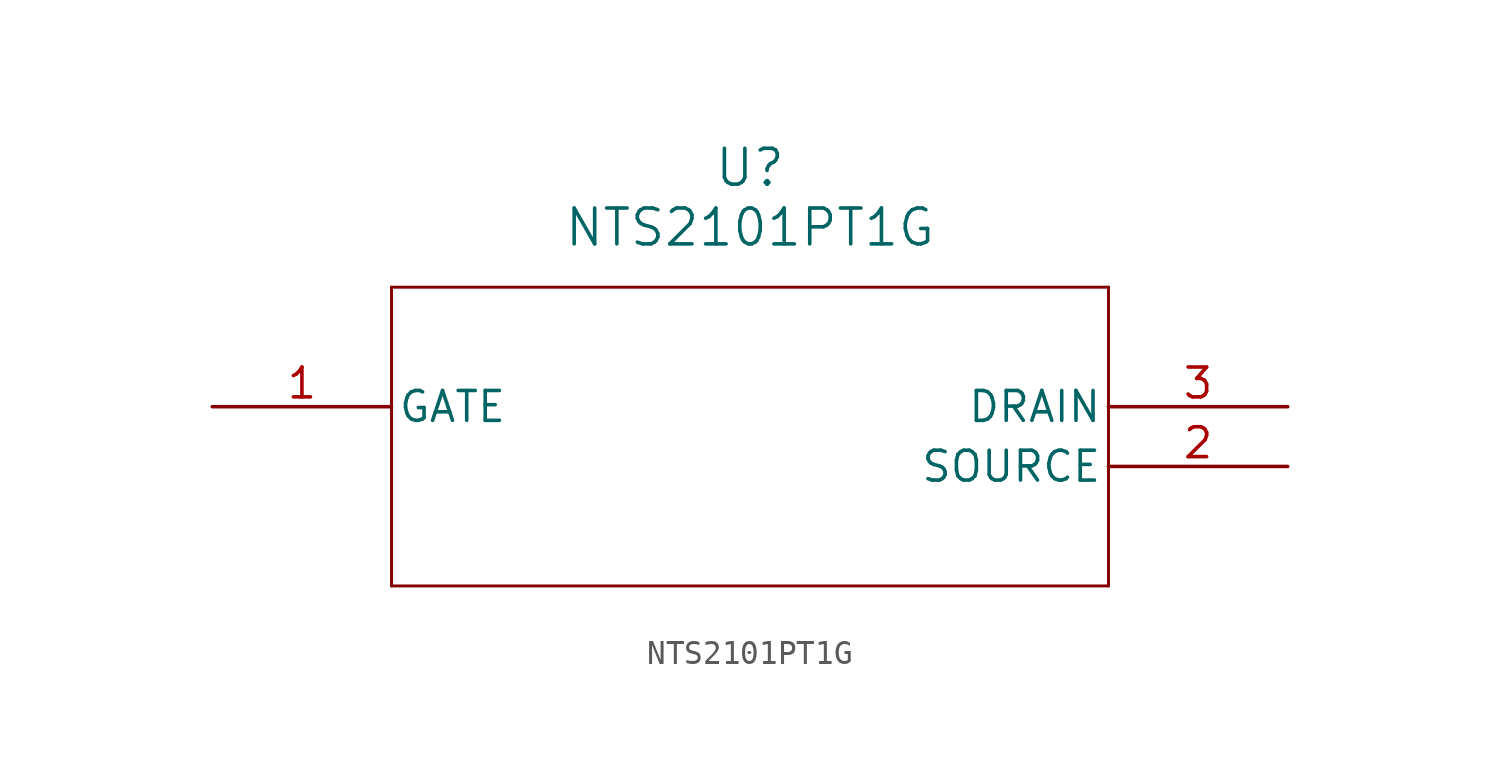
<source format=kicad_sym>
(kicad_symbol_lib
  (version 20211014)
  (generator kicad_symbol_editor)
  (symbol "NTS2101PT1G"
    (pin_names
      (offset 0.254))
    (property "Reference" "U"
      (at 22.86 10.16 0)
      (effects (font (size 1.524 1.524))))
    (property "Value" "NTS2101PT1G"
      (at 22.86 7.62 0)
      (effects (font (size 1.524 1.524))))
    (symbol "NTS2101PT1G_0_1"
      (polyline (pts (xy 7.62 5.08) (xy 7.62 -7.62)) (stroke (width 0.127) (type default) (color 0 0 0 0)) (fill (type none)))
      (polyline (pts (xy 7.62 -7.62) (xy 38.1 -7.62)) (stroke (width 0.127) (type default) (color 0 0 0 0)) (fill (type none)))
      (polyline (pts (xy 38.1 -7.62) (xy 38.1 5.08)) (stroke (width 0.127) (type default) (color 0 0 0 0)) (fill (type none)))
      (polyline (pts (xy 38.1 5.08) (xy 7.62 5.08)) (stroke (width 0.127) (type default) (color 0 0 0 0)) (fill (type none)))
      (pin unspecified line (at 0 0 0) (length 7.62) (name "GATE" (effects (font (size 1.27 1.27)))) (number "1" (effects (font (size 1.27 1.27)))))
      (pin unspecified line (at 45.72 -2.54 180) (length 7.62) (name "SOURCE" (effects (font (size 1.27 1.27)))) (number "2" (effects (font (size 1.27 1.27)))))
      (pin unspecified line (at 45.72 0 180) (length 7.62) (name "DRAIN" (effects (font (size 1.27 1.27)))) (number "3" (effects (font (size 1.27 1.27))))))))
</source>
